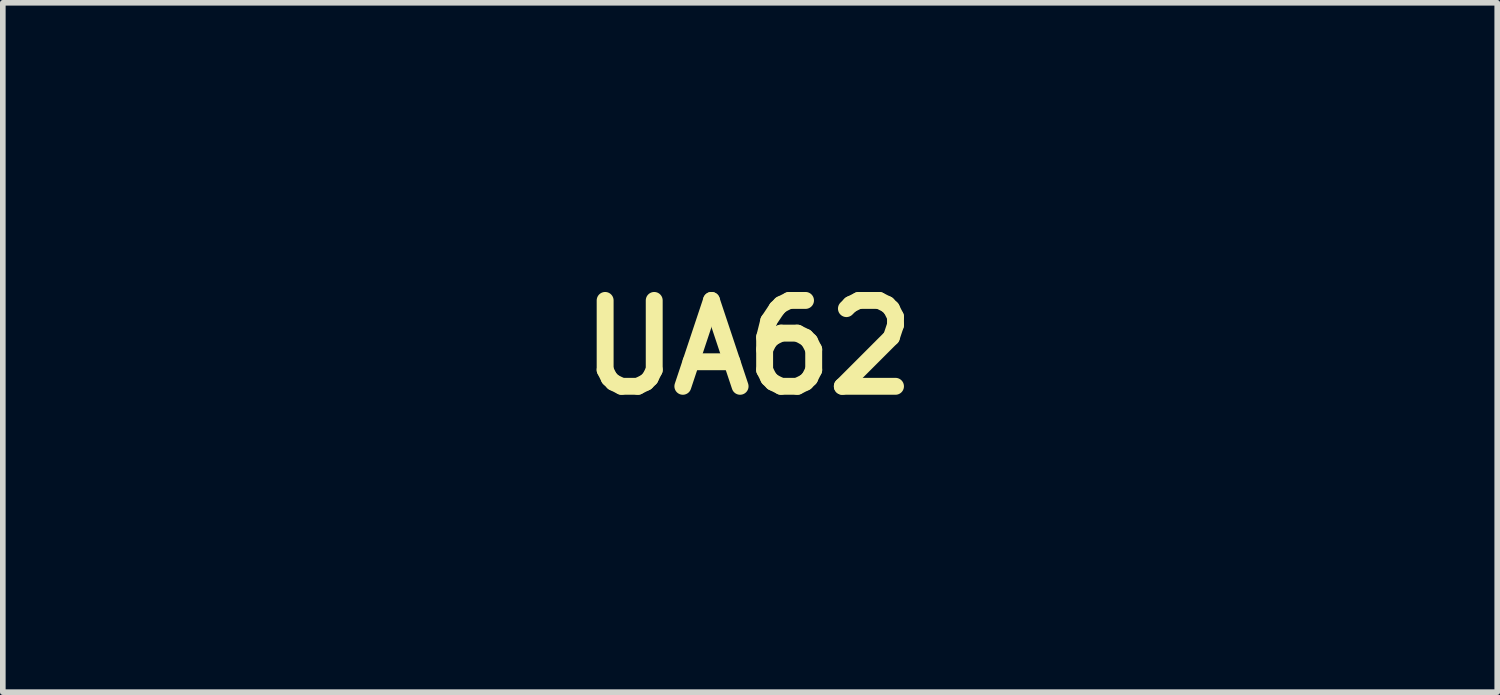
<source format=kicad_pcb>
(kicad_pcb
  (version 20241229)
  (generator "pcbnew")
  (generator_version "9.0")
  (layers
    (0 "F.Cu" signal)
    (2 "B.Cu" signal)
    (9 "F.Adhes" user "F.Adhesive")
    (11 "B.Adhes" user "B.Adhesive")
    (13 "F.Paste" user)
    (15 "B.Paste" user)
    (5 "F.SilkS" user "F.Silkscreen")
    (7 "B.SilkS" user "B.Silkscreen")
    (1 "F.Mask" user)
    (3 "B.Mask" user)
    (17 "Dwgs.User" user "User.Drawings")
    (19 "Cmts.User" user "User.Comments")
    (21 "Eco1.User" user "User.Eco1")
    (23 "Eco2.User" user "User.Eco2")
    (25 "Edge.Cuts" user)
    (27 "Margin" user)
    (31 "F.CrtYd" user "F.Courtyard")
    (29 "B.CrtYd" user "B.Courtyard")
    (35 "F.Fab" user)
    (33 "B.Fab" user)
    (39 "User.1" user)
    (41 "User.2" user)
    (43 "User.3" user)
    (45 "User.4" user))
  (footprint "UA62"
    (layer "F.Cu")
    (at 10.229 3.116)
    (property "Reference" "UA62" (at 0 0 0) (layer "F.SilkS") (effects (font (size 1.524 1.524) (thickness 0.3))))
    (attr through_hole)
    (fp_poly (pts (xy 6.731 1.778) (xy 6.953 1.778) (xy 7.102 1.788) (xy 7.163 1.843) (xy 7.175 1.983) (xy 7.176 2) (xy 7.176 2.223) (xy 8.954 2.223) (xy 8.954 2) (xy 8.963 1.851) (xy 9.019 1.79) (xy 9.159 1.778) (xy 9.176 1.778) (xy 9.398 1.778) (xy 9.398 -3.111) (xy 10.287 -3.111) (xy 10.287 2.223) (xy 10.065 2.223) (xy 9.916 2.232) (xy 9.855 2.288) (xy 9.843 2.428) (xy 9.842 2.445) (xy 9.833 2.594) (xy 9.777 2.655) (xy 9.637 2.667) (xy 9.62 2.667) (xy 9.471 2.677) (xy 9.41 2.732) (xy 9.398 2.872) (xy 9.398 2.889) (xy 9.398 3.111) (xy 6.731 3.111) (xy 6.731 2.889) (xy 6.721 2.74) (xy 6.666 2.679) (xy 6.526 2.667) (xy 6.509 2.667) (xy 6.36 2.657) (xy 6.299 2.602) (xy 6.287 2.462) (xy 6.287 2.445) (xy 6.277 2.296) (xy 6.221 2.235) (xy 6.081 2.223) (xy 6.064 2.223) (xy 5.842 2.223) (xy 5.842 -3.111) (xy 6.731 -3.111) (xy 6.731 1.778)) (stroke (width 0.01) (type solid)) (fill no) (layer "Eco2.User"))
    (fp_poly (pts (xy -6.668 -2.889) (xy -6.658 -2.74) (xy -6.602 -2.679) (xy -6.462 -2.667) (xy -6.445 -2.667) (xy -6.296 -2.657) (xy -6.235 -2.602) (xy -6.223 -2.462) (xy -6.223 -2.445) (xy -6.213 -2.296) (xy -6.158 -2.235) (xy -6.018 -2.223) (xy -6.001 -2.223) (xy -5.779 -2.223) (xy -5.779 -1.333) (xy -6.668 -1.333) (xy -6.668 -1.556) (xy -6.677 -1.705) (xy -6.733 -1.766) (xy -6.873 -1.778) (xy -6.89 -1.778) (xy -7.039 -1.788) (xy -7.1 -1.843) (xy -7.112 -1.983) (xy -7.112 -2) (xy -7.112 -2.223) (xy -8.89 -2.223) (xy -8.89 -2) (xy -8.9 -1.851) (xy -8.955 -1.79) (xy -9.095 -1.778) (xy -9.112 -1.778) (xy -9.335 -1.778) (xy -9.335 -0.889) (xy -9.112 -0.889) (xy -8.963 -0.879) (xy -8.902 -0.824) (xy -8.89 -0.684) (xy -8.89 -0.667) (xy -8.89 -0.445) (xy -6.668 -0.445) (xy -6.668 -0.222) (xy -6.658 -0.073) (xy -6.602 -0.012) (xy -6.462 -0.000028) (xy -6.445 0) (xy -6.296 0.01) (xy -6.235 0.065) (xy -6.223 0.205) (xy -6.223 0.222) (xy -6.213 0.371) (xy -6.158 0.432) (xy -6.018 0.444) (xy -6.001 0.445) (xy -5.779 0.445) (xy -5.779 3.111) (xy -10.223 3.111) (xy -10.223 2.223) (xy -6.668 2.223) (xy -6.668 0.889) (xy -6.89 0.889) (xy -7.039 0.879) (xy -7.1 0.824) (xy -7.112 0.684) (xy -7.112 0.667) (xy -7.112 0.445) (xy -9.335 0.445) (xy -9.335 0.222) (xy -9.344 0.073) (xy -9.4 0.012) (xy -9.54 0.000027) (xy -9.557 0) (xy -9.706 -0.01) (xy -9.767 -0.065) (xy -9.779 -0.205) (xy -9.779 -0.222) (xy -9.789 -0.371) (xy -9.844 -0.432) (xy -9.984 -0.444) (xy -10.001 -0.445) (xy -10.223 -0.445) (xy -10.223 -2.223) (xy -10.001 -2.223) (xy -9.852 -2.232) (xy -9.791 -2.288) (xy -9.779 -2.428) (xy -9.779 -2.445) (xy -9.769 -2.594) (xy -9.714 -2.655) (xy -9.574 -2.667) (xy -9.557 -2.667) (xy -9.408 -2.677) (xy -9.347 -2.732) (xy -9.335 -2.872) (xy -9.335 -2.889) (xy -9.335 -3.111) (xy -6.668 -3.111) (xy -6.668 -2.889)) (stroke (width 0.01) (type solid)) (fill no) (layer "Eco2.User"))
    (fp_poly (pts (xy 3.175 -2.889) (xy 3.185 -2.74) (xy 3.24 -2.679) (xy 3.38 -2.667) (xy 3.397 -2.667) (xy 3.546 -2.657) (xy 3.607 -2.602) (xy 3.619 -2.462) (xy 3.619 -2.445) (xy 3.629 -2.296) (xy 3.685 -2.235) (xy 3.825 -2.223) (xy 3.842 -2.223) (xy 3.991 -2.213) (xy 4.052 -2.157) (xy 4.064 -2.017) (xy 4.064 -2) (xy 4.074 -1.851) (xy 4.129 -1.79) (xy 4.269 -1.778) (xy 4.286 -1.778) (xy 4.435 -1.768) (xy 4.496 -1.713) (xy 4.508 -1.573) (xy 4.508 -1.556) (xy 4.518 -1.407) (xy 4.574 -1.346) (xy 4.714 -1.334) (xy 4.731 -1.333) (xy 4.953 -1.333) (xy 4.953 3.111) (xy 4.064 3.111) (xy 4.064 1.333) (xy 1.397 1.333) (xy 1.397 3.111) (xy 0.445 3.111) (xy 0.445 -0.889) (xy 1.397 -0.889) (xy 1.397 0.445) (xy 4.064 0.445) (xy 4.064 -0.889) (xy 3.842 -0.889) (xy 3.693 -0.899) (xy 3.632 -0.954) (xy 3.62 -1.094) (xy 3.619 -1.111) (xy 3.612 -1.254) (xy 3.564 -1.317) (xy 3.44 -1.333) (xy 3.365 -1.333) (xy 3.203 -1.34) (xy 3.131 -1.382) (xy 3.112 -1.49) (xy 3.111 -1.556) (xy 3.111 -1.778) (xy 2.286 -1.778) (xy 2.286 -1.556) (xy 2.276 -1.407) (xy 2.221 -1.346) (xy 2.081 -1.334) (xy 2.064 -1.333) (xy 1.915 -1.324) (xy 1.854 -1.268) (xy 1.842 -1.128) (xy 1.841 -1.111) (xy 1.832 -0.962) (xy 1.776 -0.901) (xy 1.636 -0.889) (xy 1.619 -0.889) (xy 1.397 -0.889) (xy 0.445 -0.889) (xy 0.445 -1.333) (xy 0.667 -1.333) (xy 0.816 -1.343) (xy 0.877 -1.399) (xy 0.889 -1.539) (xy 0.889 -1.556) (xy 0.899 -1.705) (xy 0.954 -1.766) (xy 1.094 -1.778) (xy 1.111 -1.778) (xy 1.26 -1.788) (xy 1.321 -1.843) (xy 1.333 -1.983) (xy 1.333 -2) (xy 1.343 -2.149) (xy 1.399 -2.21) (xy 1.539 -2.222) (xy 1.556 -2.223) (xy 1.705 -2.232) (xy 1.766 -2.288) (xy 1.778 -2.428) (xy 1.778 -2.445) (xy 1.788 -2.594) (xy 1.843 -2.655) (xy 1.983 -2.667) (xy 2 -2.667) (xy 2.149 -2.677) (xy 2.21 -2.732) (xy 2.222 -2.872) (xy 2.223 -2.889) (xy 2.223 -3.111) (xy 3.175 -3.111) (xy 3.175 -2.889)) (stroke (width 0.01) (type solid)) (fill no) (layer "Eco2.User"))
    (fp_poly (pts (xy -1.27 -2.889) (xy -1.26 -2.74) (xy -1.205 -2.679) (xy -1.065 -2.667) (xy -1.048 -2.667) (xy -0.899 -2.657) (xy -0.838 -2.602) (xy -0.826 -2.462) (xy -0.826 -2.445) (xy -0.816 -2.296) (xy -0.76 -2.235) (xy -0.62 -2.223) (xy -0.603 -2.223) (xy -0.381 -2.223) (xy -0.381 2.223) (xy -0.603 2.223) (xy -0.752 2.232) (xy -0.813 2.288) (xy -0.825 2.428) (xy -0.826 2.445) (xy -0.835 2.594) (xy -0.891 2.655) (xy -1.031 2.667) (xy -1.048 2.667) (xy -1.197 2.677) (xy -1.258 2.732) (xy -1.27 2.872) (xy -1.27 2.889) (xy -1.27 3.111) (xy -4 3.111) (xy -4 2.889) (xy -4.01 2.74) (xy -4.066 2.679) (xy -4.206 2.667) (xy -4.223 2.667) (xy -4.372 2.657) (xy -4.433 2.602) (xy -4.445 2.462) (xy -4.445 2.445) (xy -4.455 2.296) (xy -4.51 2.235) (xy -4.65 2.223) (xy -4.667 2.223) (xy -4.889 2.223) (xy -4.889 0.889) (xy -4 0.889) (xy -4 1.778) (xy -3.778 1.778) (xy -3.629 1.788) (xy -3.568 1.843) (xy -3.556 1.983) (xy -3.556 2) (xy -3.556 2.223) (xy -1.778 2.223) (xy -1.778 2) (xy -1.768 1.851) (xy -1.713 1.79) (xy -1.573 1.778) (xy -1.556 1.778) (xy -1.333 1.778) (xy -1.333 0.445) (xy -3.556 0.445) (xy -3.556 0.667) (xy -3.566 0.816) (xy -3.621 0.877) (xy -3.761 0.889) (xy -3.778 0.889) (xy -4 0.889) (xy -4.889 0.889) (xy -4.889 0.445) (xy -4.667 0.445) (xy -4.518 0.435) (xy -4.457 0.379) (xy -4.445 0.239) (xy -4.445 0.222) (xy -4.435 0.073) (xy -4.38 0.012) (xy -4.24 0.000027) (xy -4.223 0) (xy -4.074 -0.01) (xy -4.013 -0.065) (xy -4.001 -0.205) (xy -4 -0.222) (xy -4 -0.445) (xy -1.333 -0.445) (xy -1.333 -1.778) (xy -1.556 -1.778) (xy -1.705 -1.788) (xy -1.766 -1.843) (xy -1.778 -1.983) (xy -1.778 -2) (xy -1.778 -2.223) (xy -3.556 -2.223) (xy -3.556 -2) (xy -3.566 -1.851) (xy -3.621 -1.79) (xy -3.761 -1.778) (xy -3.778 -1.778) (xy -3.927 -1.768) (xy -3.988 -1.713) (xy -4 -1.573) (xy -4 -1.556) (xy -4 -1.333) (xy -4.889 -1.333) (xy -4.889 -2.223) (xy -4.667 -2.223) (xy -4.518 -2.232) (xy -4.457 -2.288) (xy -4.445 -2.428) (xy -4.445 -2.445) (xy -4.435 -2.594) (xy -4.38 -2.655) (xy -4.24 -2.667) (xy -4.223 -2.667) (xy -4.074 -2.677) (xy -4.013 -2.732) (xy -4.001 -2.872) (xy -4 -2.889) (xy -4 -3.111) (xy -1.27 -3.111) (xy -1.27 -2.889)) (stroke (width 0.01) (type solid)) (fill no) (layer "Eco2.User")))
  (gr_rect
    (start -3 -3)
    (end 23.52 9.233)
    (stroke (width 0.1) (type default))
    (fill no)
    (layer "Edge.Cuts")))
</source>
